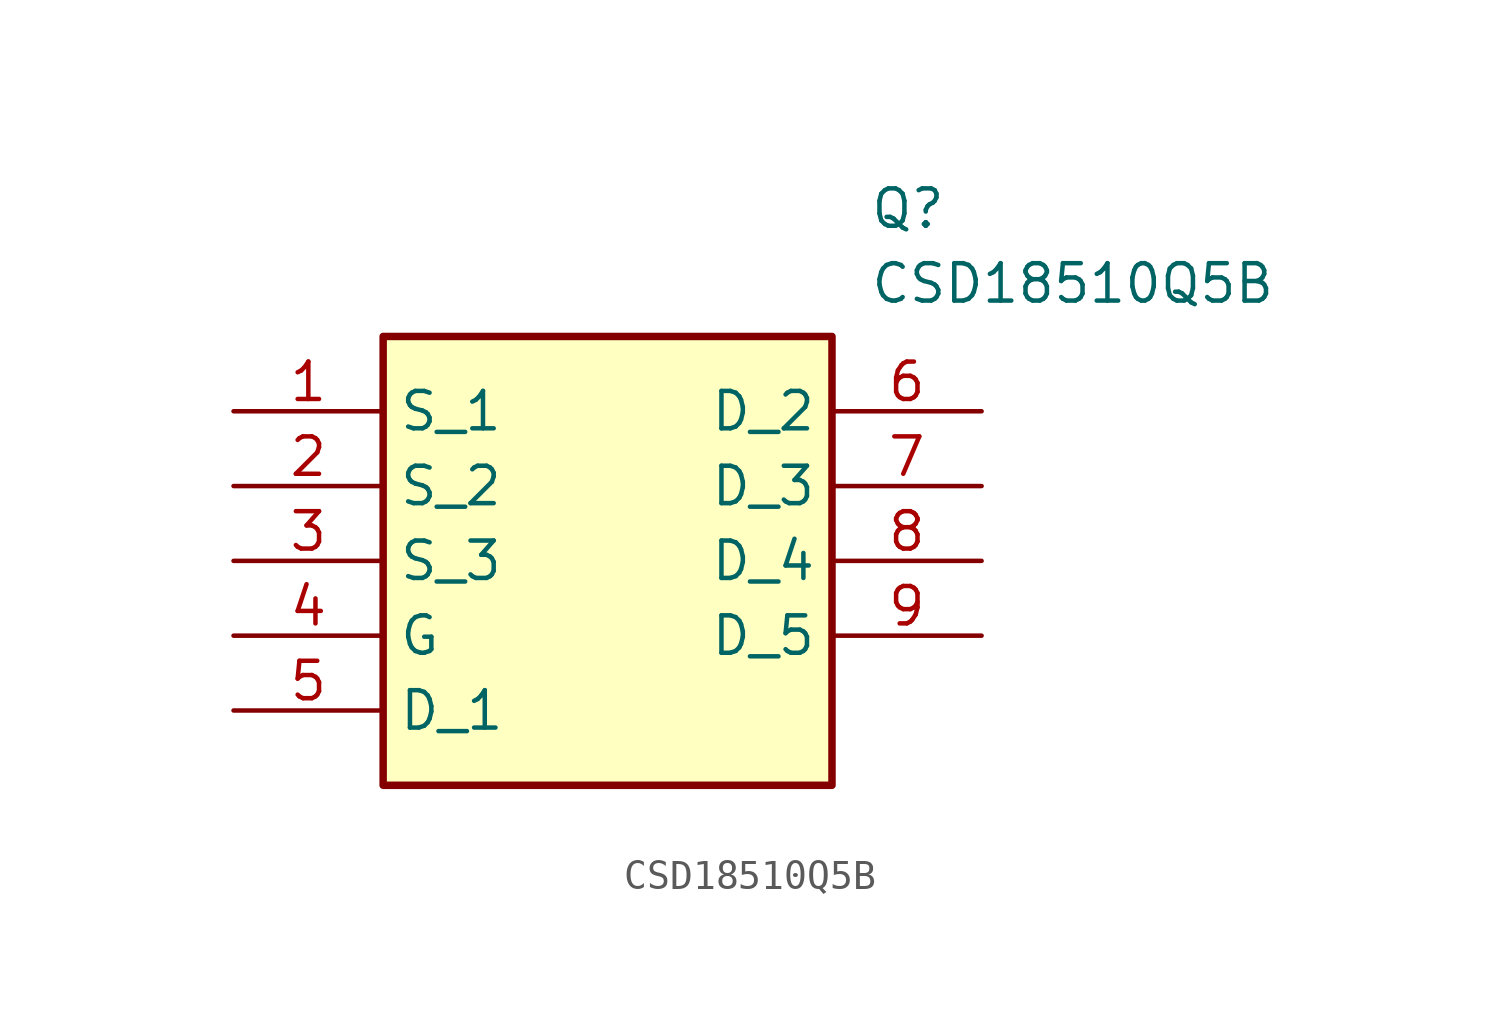
<source format=kicad_sym>
(kicad_symbol_lib
  (version 20211014)
  (generator SamacSys_ECAD_Model)
  (symbol "CSD18510Q5B"
    (property "Reference" "Q"
      (at 21.59 7.62 0)
      (effects (font (size 1.27 1.27)) (justify left top)))
    (property "Value" "CSD18510Q5B"
      (at 21.59 5.08 0)
      (effects (font (size 1.27 1.27)) (justify left top)))
    (rectangle
      (start 5.08 2.54)
      (end 20.32 -12.7)
      (stroke (width 0.254) (type default))
      (fill (type background)))
    (pin passive line
      (at 0 0 0)
      (length 5.08)
      (name "S_1" (effects (font (size 1.27 1.27))))
      (number "1" (effects (font (size 1.27 1.27)))))
    (pin passive line
      (at 0 -2.54 0)
      (length 5.08)
      (name "S_2" (effects (font (size 1.27 1.27))))
      (number "2" (effects (font (size 1.27 1.27)))))
    (pin passive line
      (at 0 -5.08 0)
      (length 5.08)
      (name "S_3" (effects (font (size 1.27 1.27))))
      (number "3" (effects (font (size 1.27 1.27)))))
    (pin passive line
      (at 0 -7.62 0)
      (length 5.08)
      (name "G" (effects (font (size 1.27 1.27))))
      (number "4" (effects (font (size 1.27 1.27)))))
    (pin passive line
      (at 0 -10.16 0)
      (length 5.08)
      (name "D_1" (effects (font (size 1.27 1.27))))
      (number "5" (effects (font (size 1.27 1.27)))))
    (pin passive line
      (at 25.4 0 180)
      (length 5.08)
      (name "D_2" (effects (font (size 1.27 1.27))))
      (number "6" (effects (font (size 1.27 1.27)))))
    (pin passive line
      (at 25.4 -2.54 180)
      (length 5.08)
      (name "D_3" (effects (font (size 1.27 1.27))))
      (number "7" (effects (font (size 1.27 1.27)))))
    (pin passive line
      (at 25.4 -5.08 180)
      (length 5.08)
      (name "D_4" (effects (font (size 1.27 1.27))))
      (number "8" (effects (font (size 1.27 1.27)))))
    (pin passive line
      (at 25.4 -7.62 180)
      (length 5.08)
      (name "D_5" (effects (font (size 1.27 1.27))))
      (number "9" (effects (font (size 1.27 1.27)))))))
</source>
